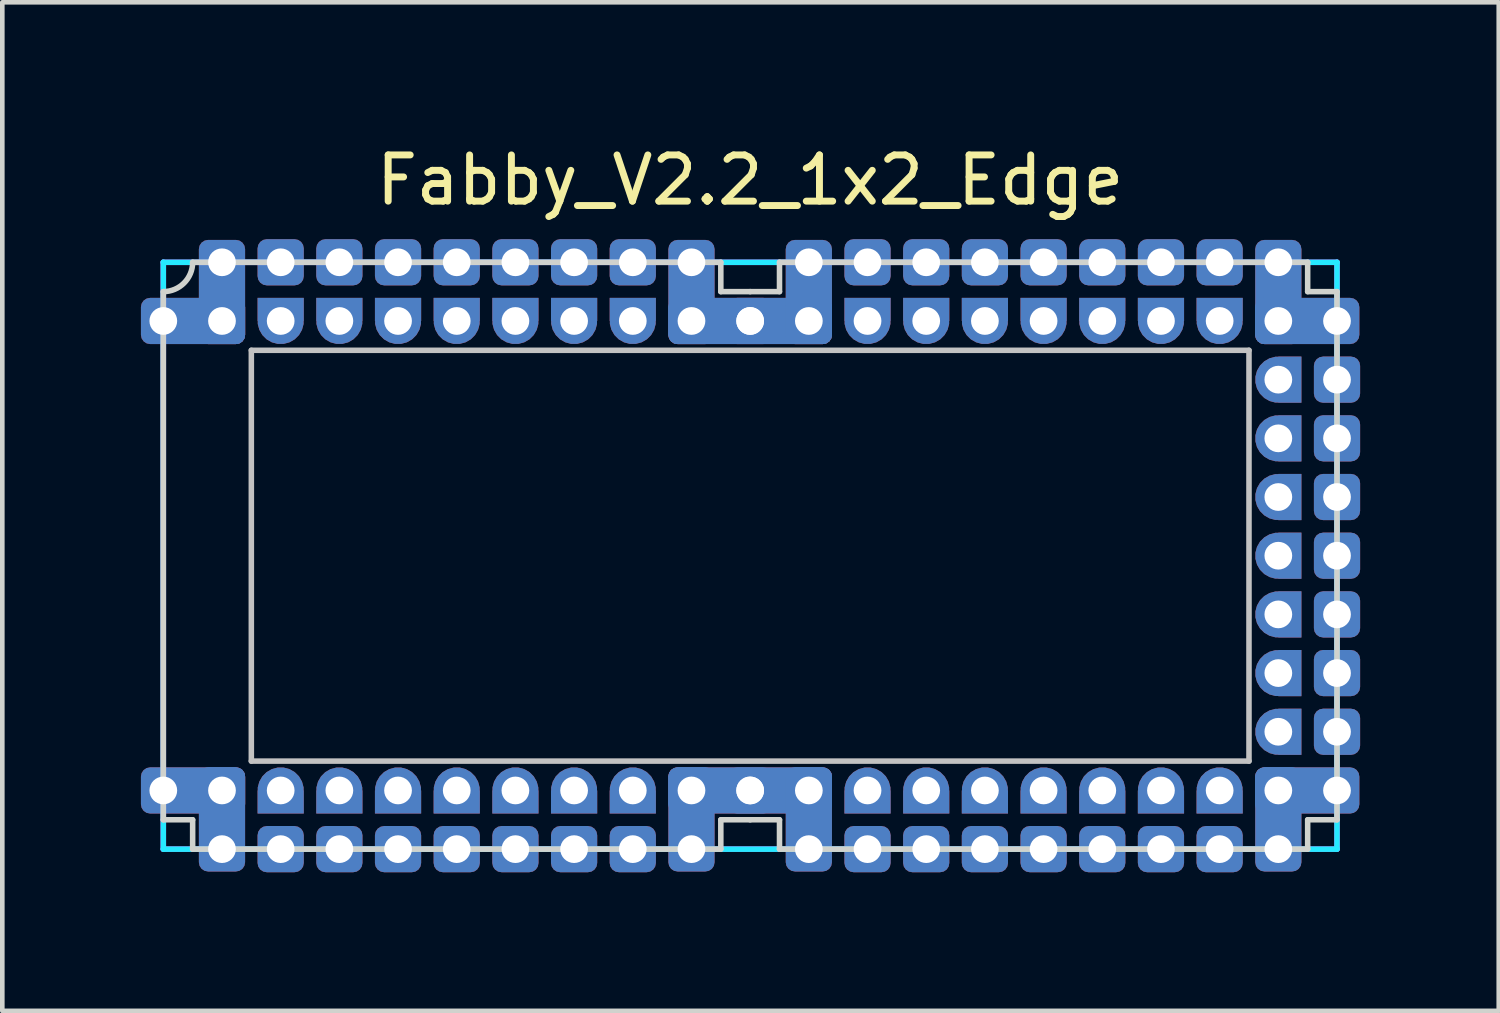
<source format=kicad_pcb>
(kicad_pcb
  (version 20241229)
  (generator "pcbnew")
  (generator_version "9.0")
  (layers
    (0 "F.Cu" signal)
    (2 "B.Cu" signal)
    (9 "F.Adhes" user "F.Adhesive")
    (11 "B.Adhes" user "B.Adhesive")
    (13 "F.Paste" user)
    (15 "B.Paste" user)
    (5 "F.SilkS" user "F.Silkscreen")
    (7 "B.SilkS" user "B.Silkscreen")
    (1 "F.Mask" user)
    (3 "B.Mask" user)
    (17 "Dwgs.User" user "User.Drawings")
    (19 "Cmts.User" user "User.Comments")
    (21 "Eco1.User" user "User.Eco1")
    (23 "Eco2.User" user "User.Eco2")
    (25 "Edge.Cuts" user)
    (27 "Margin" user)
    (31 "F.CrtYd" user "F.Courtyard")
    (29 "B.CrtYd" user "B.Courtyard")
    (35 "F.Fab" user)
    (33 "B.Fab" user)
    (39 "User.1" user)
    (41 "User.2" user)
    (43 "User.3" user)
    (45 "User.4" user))
  (footprint "Fabby_V2.2_1x2_Edge"
    (layer "F.Cu")
    (at 13.184 8.976)
    (property "Reference" "Fabby_V2.2_1x2_Edge" (at 0 -8.128 0) (layer "F.SilkS") (effects (font (size 1 1) (thickness 0.15))))
    (attr through_hole)
    (fp_line (start -10.795 -4.445) (end 10.795 -4.445) (stroke (width 0.12) (type solid)) (layer "Dwgs.User"))
    (fp_line (start -10.795 4.445) (end -10.795 -4.445) (stroke (width 0.12) (type solid)) (layer "Dwgs.User"))
    (fp_line (start 10.795 -4.445) (end 10.795 4.445) (stroke (width 0.12) (type solid)) (layer "Dwgs.User"))
    (fp_line (start 10.795 4.445) (end -10.795 4.445) (stroke (width 0.12) (type solid)) (layer "Dwgs.User"))
    (fp_line (start -12.7 -5.715) (end -12.7 5.715) (stroke (width 0.12) (type solid)) (layer "Edge.Cuts"))
    (fp_line (start -12.7 5.715) (end -12.065 5.715) (stroke (width 0.12) (type solid)) (layer "Edge.Cuts"))
    (fp_line (start -12.065 -6.35) (end -0.635 -6.35) (stroke (width 0.12) (type solid)) (layer "Edge.Cuts"))
    (fp_line (start -12.065 5.715) (end -12.065 6.35) (stroke (width 0.12) (type solid)) (layer "Edge.Cuts"))
    (fp_line (start -0.635 -6.35) (end -0.635 -5.715) (stroke (width 0.12) (type solid)) (layer "Edge.Cuts"))
    (fp_line (start -0.635 -5.715) (end 0 -5.715) (stroke (width 0.12) (type solid)) (layer "Edge.Cuts"))
    (fp_line (start -0.635 5.715) (end 0 5.715) (stroke (width 0.12) (type solid)) (layer "Edge.Cuts"))
    (fp_line (start -0.635 6.35) (end -12.065 6.35) (stroke (width 0.12) (type solid)) (layer "Edge.Cuts"))
    (fp_line (start -0.635 6.35) (end -0.635 5.715) (stroke (width 0.12) (type solid)) (layer "Edge.Cuts"))
    (fp_line (start 0 -5.715) (end 0.635 -5.715) (stroke (width 0.12) (type solid)) (layer "Edge.Cuts"))
    (fp_line (start 0 5.715) (end 0.635 5.715) (stroke (width 0.12) (type solid)) (layer "Edge.Cuts"))
    (fp_line (start 0.635 -6.35) (end 12.065 -6.35) (stroke (width 0.12) (type solid)) (layer "Edge.Cuts"))
    (fp_line (start 0.635 -5.715) (end 0.635 -6.35) (stroke (width 0.12) (type solid)) (layer "Edge.Cuts"))
    (fp_line (start 0.635 6.35) (end 0.635 5.715) (stroke (width 0.12) (type solid)) (layer "Edge.Cuts"))
    (fp_line (start 0.635 6.35) (end 12.065 6.35) (stroke (width 0.12) (type solid)) (layer "Edge.Cuts"))
    (fp_line (start 12.065 -6.35) (end 12.065 -5.715) (stroke (width 0.12) (type solid)) (layer "Edge.Cuts"))
    (fp_line (start 12.065 -5.715) (end 12.7 -5.715) (stroke (width 0.12) (type solid)) (layer "Edge.Cuts"))
    (fp_line (start 12.065 6.35) (end 12.065 5.715) (stroke (width 0.12) (type solid)) (layer "Edge.Cuts"))
    (fp_line (start 12.7 -5.715) (end 12.7 5.715) (stroke (width 0.12) (type solid)) (layer "Edge.Cuts"))
    (fp_line (start 12.7 5.715) (end 12.065 5.715) (stroke (width 0.12) (type solid)) (layer "Edge.Cuts"))
    (fp_arc (start -12.065 -6.35) (mid -12.250987 -5.900987) (end -12.7 -5.715) (stroke (width 0.12) (type solid)) (layer "Edge.Cuts"))
    (fp_line (start -12.7 -6.35) (end 12.7 -6.35) (stroke (width 0.12) (type solid)) (layer "B.CrtYd"))
    (fp_line (start -12.7 6.35) (end -12.7 -6.35) (stroke (width 0.12) (type solid)) (layer "B.CrtYd"))
    (fp_line (start 12.7 -6.35) (end 12.7 6.35) (stroke (width 0.12) (type solid)) (layer "B.CrtYd"))
    (fp_line (start 12.7 6.35) (end -12.7 6.35) (stroke (width 0.12) (type solid)) (layer "B.CrtYd"))
    (fp_line (start -12.7 -6.35) (end 12.7 -6.35) (stroke (width 0.12) (type solid)) (layer "F.CrtYd"))
    (fp_line (start -12.7 6.35) (end -12.7 -6.35) (stroke (width 0.12) (type solid)) (layer "F.CrtYd"))
    (fp_line (start 12.7 -6.35) (end 12.7 6.35) (stroke (width 0.12) (type solid)) (layer "F.CrtYd"))
    (fp_line (start 12.7 6.35) (end -12.7 6.35) (stroke (width 0.12) (type solid)) (layer "F.CrtYd"))
    (pad "" thru_hole roundrect (at -10.16 -6.35 270) (size 1 1) (drill 0.6) (layers "*.Cu" "*.Mask") (roundrect_rratio 0.2))
    (pad "" thru_hole roundrect (at -10.16 6.35 270) (size 1 1) (drill 0.6) (layers "*.Cu" "*.Mask") (roundrect_rratio 0.2))
    (pad "" thru_hole roundrect (at -8.89 -6.35 270) (size 1 1) (drill 0.6) (layers "*.Cu" "*.Mask") (roundrect_rratio 0.2))
    (pad "" thru_hole roundrect (at -8.89 6.35 270) (size 1 1) (drill 0.6) (layers "*.Cu" "*.Mask") (roundrect_rratio 0.2))
    (pad "" thru_hole roundrect (at -7.62 -6.35 270) (size 1 1) (drill 0.6) (layers "*.Cu" "*.Mask") (roundrect_rratio 0.2))
    (pad "" thru_hole roundrect (at -7.62 6.35 270) (size 1 1) (drill 0.6) (layers "*.Cu" "*.Mask") (roundrect_rratio 0.2))
    (pad "" thru_hole roundrect (at -6.35 -6.35 270) (size 1 1) (drill 0.6) (layers "*.Cu" "*.Mask") (roundrect_rratio 0.2))
    (pad "" thru_hole roundrect (at -6.35 6.35 270) (size 1 1) (drill 0.6) (layers "*.Cu" "*.Mask") (roundrect_rratio 0.2))
    (pad "" thru_hole roundrect (at -5.08 -6.35 270) (size 1 1) (drill 0.6) (layers "*.Cu" "*.Mask") (roundrect_rratio 0.2))
    (pad "" thru_hole roundrect (at -5.08 6.35 270) (size 1 1) (drill 0.6) (layers "*.Cu" "*.Mask") (roundrect_rratio 0.2))
    (pad "" thru_hole roundrect (at -3.81 -6.35 270) (size 1 1) (drill 0.6) (layers "*.Cu" "*.Mask") (roundrect_rratio 0.2))
    (pad "" thru_hole roundrect (at -3.81 6.35 270) (size 1 1) (drill 0.6) (layers "*.Cu" "*.Mask") (roundrect_rratio 0.2))
    (pad "" thru_hole roundrect (at -2.54 -6.35 270) (size 1 1) (drill 0.6) (layers "*.Cu" "*.Mask") (roundrect_rratio 0.2))
    (pad "" thru_hole roundrect (at -2.54 6.35 270) (size 1 1) (drill 0.6) (layers "*.Cu" "*.Mask") (roundrect_rratio 0.2))
    (pad "" thru_hole roundrect (at 2.54 -6.35 270) (size 1 1) (drill 0.6) (layers "*.Cu" "*.Mask") (roundrect_rratio 0.2))
    (pad "" thru_hole roundrect (at 2.54 6.35 270) (size 1 1) (drill 0.6) (layers "*.Cu" "*.Mask") (roundrect_rratio 0.2))
    (pad "" thru_hole roundrect (at 3.81 -6.35 270) (size 1 1) (drill 0.6) (layers "*.Cu" "*.Mask") (roundrect_rratio 0.2))
    (pad "" thru_hole roundrect (at 3.81 6.35 270) (size 1 1) (drill 0.6) (layers "*.Cu" "*.Mask") (roundrect_rratio 0.2))
    (pad "" thru_hole roundrect (at 5.08 -6.35 270) (size 1 1) (drill 0.6) (layers "*.Cu" "*.Mask") (roundrect_rratio 0.2))
    (pad "" thru_hole roundrect (at 5.08 6.35 270) (size 1 1) (drill 0.6) (layers "*.Cu" "*.Mask") (roundrect_rratio 0.2))
    (pad "" thru_hole roundrect (at 6.35 -6.35 270) (size 1 1) (drill 0.6) (layers "*.Cu" "*.Mask") (roundrect_rratio 0.2))
    (pad "" thru_hole roundrect (at 6.35 6.35 270) (size 1 1) (drill 0.6) (layers "*.Cu" "*.Mask") (roundrect_rratio 0.2))
    (pad "" thru_hole roundrect (at 7.62 -6.35 270) (size 1 1) (drill 0.6) (layers "*.Cu" "*.Mask") (roundrect_rratio 0.2))
    (pad "" thru_hole roundrect (at 7.62 6.35 270) (size 1 1) (drill 0.6) (layers "*.Cu" "*.Mask") (roundrect_rratio 0.2))
    (pad "" thru_hole roundrect (at 8.89 -6.35 270) (size 1 1) (drill 0.6) (layers "*.Cu" "*.Mask") (roundrect_rratio 0.2))
    (pad "" thru_hole roundrect (at 8.89 6.35 270) (size 1 1) (drill 0.6) (layers "*.Cu" "*.Mask") (roundrect_rratio 0.2))
    (pad "" thru_hole roundrect (at 10.16 -6.35 270) (size 1 1) (drill 0.6) (layers "*.Cu" "*.Mask") (roundrect_rratio 0.2))
    (pad "" thru_hole roundrect (at 10.16 6.35 270) (size 1 1) (drill 0.6) (layers "*.Cu" "*.Mask") (roundrect_rratio 0.2))
    (pad "" thru_hole roundrect (at 12.7 -3.81 270) (size 1 1) (drill 0.6) (layers "*.Cu" "*.Mask") (roundrect_rratio 0.2))
    (pad "" thru_hole roundrect (at 12.7 -2.54 270) (size 1 1) (drill 0.6) (layers "*.Cu" "*.Mask") (roundrect_rratio 0.2))
    (pad "" thru_hole roundrect (at 12.7 -1.27 270) (size 1 1) (drill 0.6) (layers "*.Cu" "*.Mask") (roundrect_rratio 0.2))
    (pad "" thru_hole roundrect (at 12.7 0 270) (size 1 1) (drill 0.6) (layers "*.Cu" "*.Mask") (roundrect_rratio 0.2))
    (pad "" thru_hole roundrect (at 12.7 1.27 270) (size 1 1) (drill 0.6) (layers "*.Cu" "*.Mask") (roundrect_rratio 0.2))
    (pad "" thru_hole roundrect (at 12.7 2.54 270) (size 1 1) (drill 0.6) (layers "*.Cu" "*.Mask") (roundrect_rratio 0.2))
    (pad "" thru_hole roundrect (at 12.7 3.81 270) (size 1 1) (drill 0.6) (layers "*.Cu" "*.Mask") (roundrect_rratio 0.2))
    (pad "1" thru_hole roundrect (at -12.7 -5.08 270) (size 1 2.254) (drill 0.6 (offset 0 -0.643)) (layers "*.Cu" "*.Mask") (roundrect_rratio 0.2))
    (pad "1" thru_hole roundrect (at -11.43 -6.35 180) (size 1 2.254) (drill 0.6 (offset 0 -0.643)) (layers "*.Cu" "*.Mask") (roundrect_rratio 0.2))
    (pad "1" thru_hole roundrect (at -11.43 -5.08 270) (size 1 1) (drill 0.6) (layers "*.Cu" "*.Mask") (roundrect_rratio 0.2))
    (pad "9" thru_hole roundrect (at -12.7 5.08 270) (size 1 2.254) (drill 0.6 (offset 0 -0.643)) (layers "*.Cu" "*.Mask") (roundrect_rratio 0.2))
    (pad "9" thru_hole roundrect (at -11.43 5.08 270) (size 1 1) (drill 0.6) (layers "*.Cu" "*.Mask") (roundrect_rratio 0.2))
    (pad "9" thru_hole roundrect (at -11.43 6.35) (size 1 2.254) (drill 0.6 (offset 0 -0.643)) (layers "*.Cu" "*.Mask") (roundrect_rratio 0.2))
    (pad "10" thru_hole custom (at -10.16 5.08 90) (size 1 1) (drill 0.6) (layers "*.Cu" "*.Mask") (options (anchor circle)) (primitives (gr_poly (pts (xy -0.5 -0.5) (xy 0 -0.5) (xy 0 0.5) (xy -0.5 0.5)) (width 0) (fill yes))))
    (pad "11" thru_hole custom (at -8.89 5.08 90) (size 1 1) (drill 0.6) (layers "*.Cu" "*.Mask") (options (anchor circle)) (primitives (gr_poly (pts (xy -0.5 -0.5) (xy 0 -0.5) (xy 0 0.5) (xy -0.5 0.5)) (width 0) (fill yes))))
    (pad "12" thru_hole custom (at -7.62 5.08 90) (size 1 1) (drill 0.6) (layers "*.Cu" "*.Mask") (options (anchor circle)) (primitives (gr_poly (pts (xy -0.5 -0.5) (xy 0 -0.5) (xy 0 0.5) (xy -0.5 0.5)) (width 0) (fill yes))))
    (pad "13" thru_hole custom (at -6.35 5.08 90) (size 1 1) (drill 0.6) (layers "*.Cu" "*.Mask") (options (anchor circle)) (primitives (gr_poly (pts (xy -0.5 -0.5) (xy 0 -0.5) (xy 0 0.5) (xy -0.5 0.5)) (width 0) (fill yes))))
    (pad "14" thru_hole custom (at -5.08 5.08 90) (size 1 1) (drill 0.6) (layers "*.Cu" "*.Mask") (options (anchor circle)) (primitives (gr_poly (pts (xy -0.5 -0.5) (xy 0 -0.5) (xy 0 0.5) (xy -0.5 0.5)) (width 0) (fill yes))))
    (pad "15" thru_hole custom (at -3.81 5.08 90) (size 1 1) (drill 0.6) (layers "*.Cu" "*.Mask") (options (anchor circle)) (primitives (gr_poly (pts (xy -0.5 -0.5) (xy 0 -0.5) (xy 0 0.5) (xy -0.5 0.5)) (width 0) (fill yes))))
    (pad "16" thru_hole custom (at -2.54 5.08 90) (size 1 1) (drill 0.6) (layers "*.Cu" "*.Mask") (options (anchor circle)) (primitives (gr_poly (pts (xy -0.5 -0.5) (xy 0 -0.5) (xy 0 0.5) (xy -0.5 0.5)) (width 0) (fill yes))))
    (pad "17" thru_hole roundrect (at -1.27 5.08 270) (size 1 1) (drill 0.6) (layers "*.Cu" "*.Mask") (roundrect_rratio 0.2))
    (pad "17" thru_hole roundrect (at -1.27 6.35) (size 1 2.254) (drill 0.6 (offset 0 -0.643)) (layers "*.Cu" "*.Mask") (roundrect_rratio 0.2))
    (pad "17" thru_hole roundrect (at 0 5.08 90) (size 1 2.254) (drill 0.6 (offset 0 -0.643)) (layers "*.Cu" "*.Mask") (roundrect_rratio 0.2))
    (pad "17" thru_hole roundrect (at 0 5.08 270) (size 1 2.254) (drill 0.6 (offset 0 -0.643)) (layers "*.Cu" "*.Mask") (roundrect_rratio 0.2))
    (pad "17" thru_hole roundrect (at 1.27 5.08 270) (size 1 1) (drill 0.6) (layers "*.Cu" "*.Mask") (roundrect_rratio 0.2))
    (pad "17" thru_hole roundrect (at 1.27 6.35) (size 1 2.254) (drill 0.6 (offset 0 -0.643)) (layers "*.Cu" "*.Mask") (roundrect_rratio 0.2))
    (pad "18" thru_hole custom (at 2.54 5.08 90) (size 1 1) (drill 0.6) (layers "*.Cu" "*.Mask") (options (anchor circle)) (primitives (gr_poly (pts (xy -0.5 -0.5) (xy 0 -0.5) (xy 0 0.5) (xy -0.5 0.5)) (width 0) (fill yes))))
    (pad "19" thru_hole custom (at 3.81 5.08 90) (size 1 1) (drill 0.6) (layers "*.Cu" "*.Mask") (options (anchor circle)) (primitives (gr_poly (pts (xy -0.5 -0.5) (xy 0 -0.5) (xy 0 0.5) (xy -0.5 0.5)) (width 0) (fill yes))))
    (pad "20" thru_hole custom (at 5.08 5.08 90) (size 1 1) (drill 0.6) (layers "*.Cu" "*.Mask") (options (anchor circle)) (primitives (gr_poly (pts (xy -0.5 -0.5) (xy 0 -0.5) (xy 0 0.5) (xy -0.5 0.5)) (width 0) (fill yes))))
    (pad "21" thru_hole custom (at 6.35 5.08 90) (size 1 1) (drill 0.6) (layers "*.Cu" "*.Mask") (options (anchor circle)) (primitives (gr_poly (pts (xy -0.5 -0.5) (xy 0 -0.5) (xy 0 0.5) (xy -0.5 0.5)) (width 0) (fill yes))))
    (pad "22" thru_hole custom (at 7.62 5.08 90) (size 1 1) (drill 0.6) (layers "*.Cu" "*.Mask") (options (anchor circle)) (primitives (gr_poly (pts (xy -0.5 -0.5) (xy 0 -0.5) (xy 0 0.5) (xy -0.5 0.5)) (width 0) (fill yes))))
    (pad "23" thru_hole custom (at 8.89 5.08 90) (size 1 1) (drill 0.6) (layers "*.Cu" "*.Mask") (options (anchor circle)) (primitives (gr_poly (pts (xy -0.5 -0.5) (xy 0 -0.5) (xy 0 0.5) (xy -0.5 0.5)) (width 0) (fill yes))))
    (pad "24" thru_hole custom (at 10.16 5.08 90) (size 1 1) (drill 0.6) (layers "*.Cu" "*.Mask") (options (anchor circle)) (primitives (gr_poly (pts (xy -0.5 -0.5) (xy 0 -0.5) (xy 0 0.5) (xy -0.5 0.5)) (width 0) (fill yes))))
    (pad "25" thru_hole roundrect (at 11.43 5.08 270) (size 1 1) (drill 0.6) (layers "*.Cu" "*.Mask") (roundrect_rratio 0.2))
    (pad "25" thru_hole roundrect (at 11.43 6.35) (size 1 2.254) (drill 0.6 (offset 0 -0.643)) (layers "*.Cu" "*.Mask") (roundrect_rratio 0.2))
    (pad "25" thru_hole roundrect (at 12.7 5.08 90) (size 1 2.254) (drill 0.6 (offset 0 -0.643)) (layers "*.Cu" "*.Mask") (roundrect_rratio 0.2))
    (pad "26" thru_hole custom (at 11.43 3.81 180) (size 1 1) (drill 0.6) (layers "*.Cu" "*.Mask") (options (anchor circle)) (primitives (gr_poly (pts (xy -0.5 -0.5) (xy 0 -0.5) (xy 0 0.5) (xy -0.5 0.5)) (width 0) (fill yes))))
    (pad "27" thru_hole custom (at 11.43 2.54 180) (size 1 1) (drill 0.6) (layers "*.Cu" "*.Mask") (options (anchor circle)) (primitives (gr_poly (pts (xy -0.5 -0.5) (xy 0 -0.5) (xy 0 0.5) (xy -0.5 0.5)) (width 0) (fill yes))))
    (pad "28" thru_hole custom (at 11.43 1.27 180) (size 1 1) (drill 0.6) (layers "*.Cu" "*.Mask") (options (anchor circle)) (primitives (gr_poly (pts (xy -0.5 -0.5) (xy 0 -0.5) (xy 0 0.5) (xy -0.5 0.5)) (width 0) (fill yes))))
    (pad "29" thru_hole custom (at 11.43 0 180) (size 1 1) (drill 0.6) (layers "*.Cu" "*.Mask") (options (anchor circle)) (primitives (gr_poly (pts (xy -0.5 -0.5) (xy 0 -0.5) (xy 0 0.5) (xy -0.5 0.5)) (width 0) (fill yes))))
    (pad "30" thru_hole custom (at 11.43 -1.27 180) (size 1 1) (drill 0.6) (layers "*.Cu" "*.Mask") (options (anchor circle)) (primitives (gr_poly (pts (xy -0.5 -0.5) (xy 0 -0.5) (xy 0 0.5) (xy -0.5 0.5)) (width 0) (fill yes))))
    (pad "31" thru_hole custom (at 11.43 -2.54 180) (size 1 1) (drill 0.6) (layers "*.Cu" "*.Mask") (options (anchor circle)) (primitives (gr_poly (pts (xy -0.5 -0.5) (xy 0 -0.5) (xy 0 0.5) (xy -0.5 0.5)) (width 0) (fill yes))))
    (pad "32" thru_hole custom (at 11.43 -3.81 180) (size 1 1) (drill 0.6) (layers "*.Cu" "*.Mask") (options (anchor circle)) (primitives (gr_poly (pts (xy -0.5 -0.5) (xy 0 -0.5) (xy 0 0.5) (xy -0.5 0.5)) (width 0) (fill yes))))
    (pad "33" thru_hole roundrect (at 11.43 -6.35 180) (size 1 2.254) (drill 0.6 (offset 0 -0.643)) (layers "*.Cu" "*.Mask") (roundrect_rratio 0.2))
    (pad "33" thru_hole roundrect (at 11.43 -5.08 270) (size 1 1) (drill 0.6) (layers "*.Cu" "*.Mask") (roundrect_rratio 0.2))
    (pad "33" thru_hole roundrect (at 12.7 -5.08 90) (size 1 2.254) (drill 0.6 (offset 0 -0.643)) (layers "*.Cu" "*.Mask") (roundrect_rratio 0.2))
    (pad "34" thru_hole custom (at 10.16 -5.08 270) (size 1 1) (drill 0.6) (layers "*.Cu" "*.Mask") (options (anchor circle)) (primitives (gr_poly (pts (xy -0.5 -0.5) (xy 0 -0.5) (xy 0 0.5) (xy -0.5 0.5)) (width 0) (fill yes))))
    (pad "35" thru_hole custom (at 8.89 -5.08 270) (size 1 1) (drill 0.6) (layers "*.Cu" "*.Mask") (options (anchor circle)) (primitives (gr_poly (pts (xy -0.5 -0.5) (xy 0 -0.5) (xy 0 0.5) (xy -0.5 0.5)) (width 0) (fill yes))))
    (pad "36" thru_hole custom (at 7.62 -5.08 270) (size 1 1) (drill 0.6) (layers "*.Cu" "*.Mask") (options (anchor circle)) (primitives (gr_poly (pts (xy -0.5 -0.5) (xy 0 -0.5) (xy 0 0.5) (xy -0.5 0.5)) (width 0) (fill yes))))
    (pad "37" thru_hole custom (at 6.35 -5.08 270) (size 1 1) (drill 0.6) (layers "*.Cu" "*.Mask") (options (anchor circle)) (primitives (gr_poly (pts (xy -0.5 -0.5) (xy 0 -0.5) (xy 0 0.5) (xy -0.5 0.5)) (width 0) (fill yes))))
    (pad "38" thru_hole custom (at 5.08 -5.08 270) (size 1 1) (drill 0.6) (layers "*.Cu" "*.Mask") (options (anchor circle)) (primitives (gr_poly (pts (xy -0.5 -0.5) (xy 0 -0.5) (xy 0 0.5) (xy -0.5 0.5)) (width 0) (fill yes))))
    (pad "39" thru_hole custom (at 3.81 -5.08 270) (size 1 1) (drill 0.6) (layers "*.Cu" "*.Mask") (options (anchor circle)) (primitives (gr_poly (pts (xy -0.5 -0.5) (xy 0 -0.5) (xy 0 0.5) (xy -0.5 0.5)) (width 0) (fill yes))))
    (pad "40" thru_hole custom (at 2.54 -5.08 270) (size 1 1) (drill 0.6) (layers "*.Cu" "*.Mask") (options (anchor circle)) (primitives (gr_poly (pts (xy -0.5 -0.5) (xy 0 -0.5) (xy 0 0.5) (xy -0.5 0.5)) (width 0) (fill yes))))
    (pad "41" thru_hole roundrect (at -1.27 -6.35 180) (size 1 2.254) (drill 0.6 (offset 0 -0.643)) (layers "*.Cu" "*.Mask") (roundrect_rratio 0.2))
    (pad "41" thru_hole roundrect (at -1.27 -5.08 270) (size 1 1) (drill 0.6) (layers "*.Cu" "*.Mask") (roundrect_rratio 0.2))
    (pad "41" thru_hole roundrect (at 0 -5.08 90) (size 1 2.254) (drill 0.6 (offset 0 -0.643)) (layers "*.Cu" "*.Mask") (roundrect_rratio 0.2))
    (pad "41" thru_hole roundrect (at 0 -5.08 270) (size 1 2.254) (drill 0.6 (offset 0 -0.643)) (layers "*.Cu" "*.Mask") (roundrect_rratio 0.2))
    (pad "41" thru_hole roundrect (at 1.27 -6.35 180) (size 1 2.254) (drill 0.6 (offset 0 -0.643)) (layers "*.Cu" "*.Mask") (roundrect_rratio 0.2))
    (pad "41" thru_hole roundrect (at 1.27 -5.08 270) (size 1 1) (drill 0.6) (layers "*.Cu" "*.Mask") (roundrect_rratio 0.2))
    (pad "42" thru_hole custom (at -2.54 -5.08 270) (size 1 1) (drill 0.6) (layers "*.Cu" "*.Mask") (options (anchor circle)) (primitives (gr_poly (pts (xy -0.5 -0.5) (xy 0 -0.5) (xy 0 0.5) (xy -0.5 0.5)) (width 0) (fill yes))))
    (pad "43" thru_hole custom (at -3.81 -5.08 270) (size 1 1) (drill 0.6) (layers "*.Cu" "*.Mask") (options (anchor circle)) (primitives (gr_poly (pts (xy -0.5 -0.5) (xy 0 -0.5) (xy 0 0.5) (xy -0.5 0.5)) (width 0) (fill yes))))
    (pad "44" thru_hole custom (at -5.08 -5.08 270) (size 1 1) (drill 0.6) (layers "*.Cu" "*.Mask") (options (anchor circle)) (primitives (gr_poly (pts (xy -0.5 -0.5) (xy 0 -0.5) (xy 0 0.5) (xy -0.5 0.5)) (width 0) (fill yes))))
    (pad "45" thru_hole custom (at -6.35 -5.08 270) (size 1 1) (drill 0.6) (layers "*.Cu" "*.Mask") (options (anchor circle)) (primitives (gr_poly (pts (xy -0.5 -0.5) (xy 0 -0.5) (xy 0 0.5) (xy -0.5 0.5)) (width 0) (fill yes))))
    (pad "46" thru_hole custom (at -7.62 -5.08 270) (size 1 1) (drill 0.6) (layers "*.Cu" "*.Mask") (options (anchor circle)) (primitives (gr_poly (pts (xy -0.5 -0.5) (xy 0 -0.5) (xy 0 0.5) (xy -0.5 0.5)) (width 0) (fill yes))))
    (pad "47" thru_hole custom (at -8.89 -5.08 270) (size 1 1) (drill 0.6) (layers "*.Cu" "*.Mask") (options (anchor circle)) (primitives (gr_poly (pts (xy -0.5 -0.5) (xy 0 -0.5) (xy 0 0.5) (xy -0.5 0.5)) (width 0) (fill yes))))
    (pad "48" thru_hole custom (at -10.16 -5.08 270) (size 1 1) (drill 0.6) (layers "*.Cu" "*.Mask") (options (anchor circle)) (primitives (gr_poly (pts (xy -0.5 -0.5) (xy 0 -0.5) (xy 0 0.5) (xy -0.5 0.5)) (width 0) (fill yes)))))
  (gr_rect
    (start -3 -3)
    (end 29.384 18.826)
    (stroke (width 0.1) (type default))
    (fill no)
    (layer "Edge.Cuts")))
</source>
